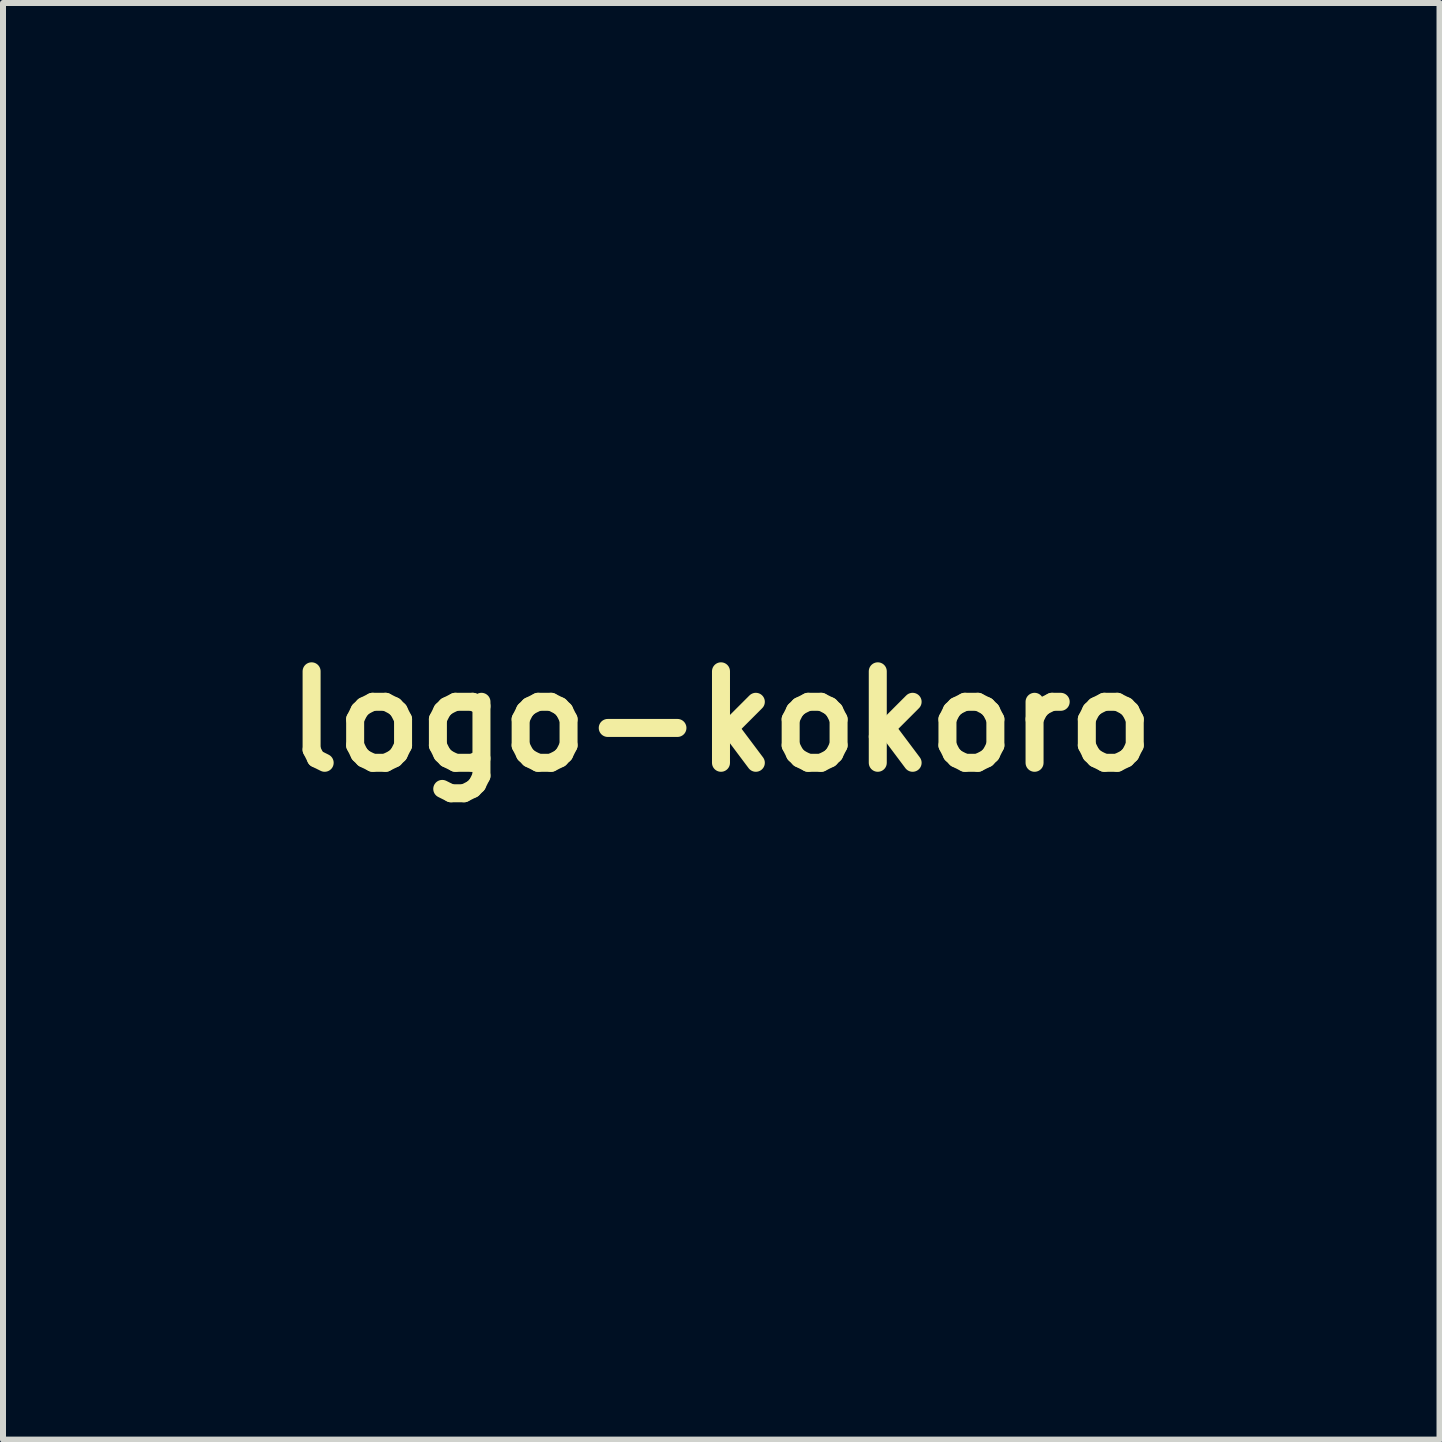
<source format=kicad_pcb>
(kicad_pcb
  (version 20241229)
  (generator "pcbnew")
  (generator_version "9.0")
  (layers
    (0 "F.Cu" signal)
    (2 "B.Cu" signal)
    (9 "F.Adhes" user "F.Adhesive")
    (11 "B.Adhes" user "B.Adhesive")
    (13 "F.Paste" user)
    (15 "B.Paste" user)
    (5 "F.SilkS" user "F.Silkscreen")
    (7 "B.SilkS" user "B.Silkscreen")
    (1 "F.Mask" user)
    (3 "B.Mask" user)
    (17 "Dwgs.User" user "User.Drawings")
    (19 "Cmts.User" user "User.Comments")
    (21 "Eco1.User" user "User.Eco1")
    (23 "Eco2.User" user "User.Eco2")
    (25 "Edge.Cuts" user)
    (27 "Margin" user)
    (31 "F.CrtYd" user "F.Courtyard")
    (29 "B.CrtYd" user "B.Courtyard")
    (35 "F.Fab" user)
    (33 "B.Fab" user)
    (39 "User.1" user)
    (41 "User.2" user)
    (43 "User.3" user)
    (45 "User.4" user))
  (footprint "logo-kokoro"
    (layer "F.Cu")
    (at 8.964 8.971)
    (property "Reference" "logo-kokoro" (at 0 0 0) (layer "F.SilkS") (effects (font (size 1.524 1.524) (thickness 0.3))))
    (attr through_hole)
    (fp_poly (pts (xy -4.13 2.103) (xy -4.088 2.151) (xy -4.038 2.216) (xy -3.984 2.295) (xy -3.929 2.383) (xy -3.878 2.475) (xy -3.852 2.524) (xy -3.775 2.7) (xy -3.705 2.903) (xy -3.645 3.126) (xy -3.614 3.273) (xy -3.598 3.354) (xy -3.587 3.424) (xy -3.578 3.489) (xy -3.573 3.557) (xy -3.57 3.636) (xy -3.569 3.732) (xy -3.569 3.852) (xy -3.57 3.911) (xy -3.572 4.034) (xy -3.575 4.153) (xy -3.579 4.26) (xy -3.584 4.349) (xy -3.59 4.413) (xy -3.592 4.428) (xy -3.609 4.503) (xy -3.635 4.587) (xy -3.667 4.669) (xy -3.701 4.74) (xy -3.734 4.791) (xy -3.747 4.806) (xy -3.774 4.817) (xy -3.825 4.832) (xy -3.89 4.846) (xy -3.959 4.859) (xy -4.021 4.867) (xy -4.061 4.87) (xy -4.083 4.863) (xy -4.126 4.844) (xy -4.166 4.824) (xy -4.246 4.776) (xy -4.318 4.712) (xy -4.384 4.629) (xy -4.448 4.522) (xy -4.513 4.388) (xy -4.539 4.328) (xy -4.579 4.233) (xy -4.619 4.142) (xy -4.653 4.064) (xy -4.68 4.007) (xy -4.688 3.99) (xy -4.708 3.945) (xy -4.721 3.899) (xy -4.727 3.844) (xy -4.729 3.767) (xy -4.729 3.736) (xy -4.719 3.515) (xy -4.69 3.284) (xy -4.645 3.054) (xy -4.586 2.839) (xy -4.562 2.768) (xy -4.485 2.577) (xy -4.391 2.394) (xy -4.275 2.208) (xy -4.182 2.077) (xy -4.163 2.077) (xy -4.13 2.103)) (stroke (width 0.01) (type solid)) (fill no) (layer "Eco2.User"))
    (fp_poly (pts (xy 3.155 0.428) (xy 3.389 0.472) (xy 3.623 0.55) (xy 3.725 0.595) (xy 3.764 0.615) (xy 3.826 0.65) (xy 3.907 0.697) (xy 4.001 0.752) (xy 4.106 0.815) (xy 4.215 0.88) (xy 4.324 0.946) (xy 4.429 1.011) (xy 4.525 1.07) (xy 4.608 1.122) (xy 4.673 1.164) (xy 4.715 1.192) (xy 4.729 1.202) (xy 4.729 1.221) (xy 4.722 1.268) (xy 4.712 1.335) (xy 4.697 1.415) (xy 4.696 1.417) (xy 4.656 1.625) (xy 4.219 1.74) (xy 4.085 1.709) (xy 4.029 1.694) (xy 3.947 1.669) (xy 3.846 1.637) (xy 3.731 1.6) (xy 3.611 1.56) (xy 3.547 1.538) (xy 3.341 1.467) (xy 3.163 1.407) (xy 3.012 1.357) (xy 2.883 1.316) (xy 2.772 1.283) (xy 2.675 1.258) (xy 2.59 1.239) (xy 2.513 1.225) (xy 2.439 1.217) (xy 2.366 1.212) (xy 2.289 1.209) (xy 2.222 1.209) (xy 1.997 1.221) (xy 1.796 1.255) (xy 1.618 1.311) (xy 1.467 1.389) (xy 1.341 1.488) (xy 1.243 1.608) (xy 1.222 1.643) (xy 1.186 1.697) (xy 1.152 1.735) (xy 1.131 1.749) (xy 1.1 1.76) (xy 1.047 1.784) (xy 0.98 1.815) (xy 0.944 1.834) (xy 0.778 1.935) (xy 0.624 2.066) (xy 0.485 2.222) (xy 0.363 2.399) (xy 0.261 2.591) (xy 0.184 2.796) (xy 0.132 3.007) (xy 0.121 3.085) (xy 0.1 3.251) (xy -0.036 3.324) (xy -0.098 3.357) (xy -0.15 3.382) (xy -0.181 3.396) (xy -0.187 3.397) (xy -0.209 3.391) (xy -0.256 3.376) (xy -0.317 3.355) (xy -0.333 3.349) (xy -0.403 3.322) (xy -0.449 3.297) (xy -0.483 3.268) (xy -0.515 3.225) (xy -0.519 3.22) (xy -0.546 3.17) (xy -0.579 3.097) (xy -0.612 3.011) (xy -0.64 2.931) (xy -0.679 2.812) (xy -0.711 2.721) (xy -0.739 2.652) (xy -0.766 2.598) (xy -0.795 2.553) (xy -0.828 2.512) (xy -0.842 2.497) (xy -0.915 2.418) (xy -0.886 2.091) (xy -0.877 1.988) (xy -0.869 1.897) (xy -0.861 1.825) (xy -0.856 1.777) (xy -0.852 1.757) (xy -0.852 1.757) (xy -0.837 1.765) (xy -0.798 1.79) (xy -0.739 1.83) (xy -0.667 1.88) (xy -0.592 1.934) (xy -0.337 2.116) (xy -0.217 2.011) (xy -0.115 1.927) (xy -0.002 1.845) (xy 0.125 1.76) (xy 0.271 1.671) (xy 0.439 1.576) (xy 0.633 1.471) (xy 0.752 1.41) (xy 0.899 1.332) (xy 1.062 1.245) (xy 1.23 1.154) (xy 1.393 1.063) (xy 1.543 0.979) (xy 1.647 0.919) (xy 1.765 0.85) (xy 1.883 0.783) (xy 1.993 0.721) (xy 2.091 0.667) (xy 2.17 0.625) (xy 2.216 0.602) (xy 2.454 0.507) (xy 2.689 0.446) (xy 2.922 0.419) (xy 3.155 0.428)) (stroke (width 0.01) (type solid)) (fill no) (layer "Eco2.User"))
    (fp_poly (pts (xy -2.932 1.403) (xy -2.884 1.433) (xy -2.826 1.473) (xy -2.766 1.519) (xy -2.707 1.568) (xy -2.67 1.603) (xy -2.61 1.666) (xy -2.551 1.735) (xy -2.493 1.813) (xy -2.433 1.902) (xy -2.368 2.008) (xy -2.297 2.134) (xy -2.217 2.282) (xy -2.127 2.456) (xy -2.07 2.569) (xy -2.003 2.7) (xy -1.938 2.826) (xy -1.877 2.942) (xy -1.823 3.044) (xy -1.777 3.127) (xy -1.744 3.185) (xy -1.731 3.206) (xy -1.676 3.281) (xy -1.6 3.37) (xy -1.51 3.466) (xy -1.415 3.56) (xy -1.321 3.645) (xy -1.236 3.715) (xy -1.191 3.747) (xy -0.988 3.865) (xy -0.768 3.969) (xy -0.526 4.057) (xy -0.26 4.131) (xy 0.032 4.192) (xy 0.335 4.238) (xy 0.503 4.26) (xy 0.642 4.276) (xy 0.761 4.287) (xy 0.865 4.293) (xy 0.961 4.293) (xy 1.055 4.288) (xy 1.156 4.278) (xy 1.268 4.262) (xy 1.399 4.241) (xy 1.426 4.237) (xy 1.58 4.21) (xy 1.705 4.186) (xy 1.805 4.162) (xy 1.884 4.138) (xy 1.949 4.112) (xy 2.004 4.081) (xy 2.053 4.045) (xy 2.09 4.013) (xy 2.144 3.953) (xy 2.196 3.883) (xy 2.218 3.846) (xy 2.268 3.751) (xy 2.191 3.561) (xy 2.124 3.398) (xy 2.053 3.234) (xy 1.982 3.073) (xy 1.912 2.92) (xy 1.847 2.781) (xy 1.787 2.66) (xy 1.736 2.562) (xy 1.698 2.497) (xy 1.652 2.422) (xy 1.596 2.327) (xy 1.535 2.223) (xy 1.478 2.121) (xy 1.464 2.096) (xy 1.413 2.004) (xy 1.378 1.938) (xy 1.357 1.893) (xy 1.346 1.862) (xy 1.346 1.842) (xy 1.353 1.828) (xy 1.359 1.82) (xy 1.377 1.803) (xy 1.394 1.801) (xy 1.419 1.816) (xy 1.461 1.853) (xy 1.465 1.857) (xy 1.571 1.942) (xy 1.71 2.034) (xy 1.884 2.132) (xy 2.092 2.237) (xy 2.334 2.348) (xy 2.397 2.376) (xy 2.638 2.488) (xy 2.844 2.602) (xy 3.018 2.718) (xy 3.161 2.836) (xy 3.274 2.959) (xy 3.313 3.012) (xy 3.368 3.079) (xy 3.422 3.116) (xy 3.428 3.119) (xy 3.493 3.156) (xy 3.555 3.219) (xy 3.606 3.298) (xy 3.633 3.367) (xy 3.644 3.421) (xy 3.657 3.5) (xy 3.669 3.592) (xy 3.679 3.681) (xy 3.699 3.902) (xy 3.645 4.033) (xy 3.54 4.239) (xy 3.404 4.432) (xy 3.238 4.611) (xy 3.044 4.775) (xy 2.823 4.922) (xy 2.576 5.05) (xy 2.307 5.16) (xy 2.216 5.19) (xy 2.081 5.232) (xy 1.959 5.265) (xy 1.843 5.29) (xy 1.726 5.308) (xy 1.599 5.321) (xy 1.456 5.329) (xy 1.289 5.334) (xy 1.2 5.336) (xy 0.991 5.336) (xy 0.815 5.333) (xy 0.673 5.327) (xy 0.578 5.318) (xy 0.214 5.258) (xy -0.14 5.172) (xy -0.479 5.062) (xy -0.802 4.93) (xy -1.105 4.775) (xy -1.384 4.601) (xy -1.637 4.408) (xy -1.71 4.343) (xy -1.926 4.127) (xy -2.118 3.889) (xy -2.283 3.636) (xy -2.419 3.37) (xy -2.516 3.121) (xy -2.535 3.058) (xy -2.561 2.971) (xy -2.592 2.863) (xy -2.627 2.738) (xy -2.665 2.6) (xy -2.705 2.454) (xy -2.746 2.302) (xy -2.787 2.15) (xy -2.826 2.002) (xy -2.863 1.86) (xy -2.897 1.73) (xy -2.926 1.615) (xy -2.95 1.52) (xy -2.967 1.448) (xy -2.976 1.404) (xy -2.978 1.392) (xy -2.966 1.388) (xy -2.932 1.403)) (stroke (width 0.01) (type solid)) (fill no) (layer "Eco2.User"))
    (fp_poly (pts (xy -1.391 -5.33) (xy -1.323 -5.321) (xy -1.229 -5.309) (xy -1.118 -5.295) (xy -0.998 -5.279) (xy -0.885 -5.265) (xy -0.667 -5.232) (xy -0.48 -5.195) (xy -0.321 -5.151) (xy -0.185 -5.099) (xy -0.07 -5.038) (xy 0.029 -4.965) (xy 0.115 -4.879) (xy 0.158 -4.827) (xy 0.225 -4.74) (xy 0.166 -4.624) (xy 0.086 -4.442) (xy 0.014 -4.231) (xy -0.048 -3.995) (xy -0.1 -3.74) (xy -0.114 -3.661) (xy -0.129 -3.561) (xy -0.138 -3.49) (xy -0.14 -3.443) (xy -0.133 -3.416) (xy -0.119 -3.403) (xy -0.095 -3.399) (xy -0.082 -3.398) (xy -0.023 -3.404) (xy 0.048 -3.421) (xy 0.136 -3.452) (xy 0.243 -3.497) (xy 0.375 -3.559) (xy 0.421 -3.582) (xy 0.569 -3.651) (xy 0.694 -3.703) (xy 0.795 -3.736) (xy 0.815 -3.741) (xy 0.874 -3.753) (xy 0.923 -3.76) (xy 0.973 -3.762) (xy 1.032 -3.758) (xy 1.111 -3.75) (xy 1.171 -3.743) (xy 1.284 -3.729) (xy 1.412 -3.715) (xy 1.537 -3.702) (xy 1.61 -3.695) (xy 1.835 -3.667) (xy 2.031 -3.625) (xy 2.202 -3.567) (xy 2.352 -3.492) (xy 2.483 -3.398) (xy 2.558 -3.329) (xy 2.617 -3.266) (xy 2.671 -3.204) (xy 2.712 -3.151) (xy 2.727 -3.127) (xy 2.764 -3.057) (xy 2.709 -2.943) (xy 2.654 -2.83) (xy 2.503 -2.809) (xy 2.366 -2.787) (xy 2.232 -2.763) (xy 2.098 -2.733) (xy 1.96 -2.697) (xy 1.813 -2.653) (xy 1.654 -2.601) (xy 1.477 -2.539) (xy 1.279 -2.465) (xy 1.055 -2.378) (xy 0.946 -2.335) (xy 0.786 -2.271) (xy 0.624 -2.201) (xy 0.464 -2.13) (xy 0.311 -2.06) (xy 0.172 -1.992) (xy 0.052 -1.931) (xy -0.044 -1.878) (xy -0.087 -1.852) (xy -0.182 -1.79) (xy -0.362 -1.276) (xy -0.406 -1.149) (xy -0.447 -1.033) (xy -0.482 -0.931) (xy -0.51 -0.849) (xy -0.531 -0.789) (xy -0.541 -0.757) (xy -0.543 -0.752) (xy -0.526 -0.732) (xy -0.477 -0.709) (xy -0.395 -0.681) (xy -0.283 -0.651) (xy -0.142 -0.618) (xy 0.027 -0.582) (xy 0.139 -0.56) (xy 0.295 -0.528) (xy 0.422 -0.495) (xy 0.525 -0.459) (xy 0.609 -0.418) (xy 0.681 -0.37) (xy 0.725 -0.333) (xy 0.777 -0.276) (xy 0.825 -0.206) (xy 0.864 -0.134) (xy 0.888 -0.07) (xy 0.893 -0.038) (xy 0.88 -0.011) (xy 0.84 0.029) (xy 0.77 0.084) (xy 0.719 0.121) (xy 0.65 0.17) (xy 0.59 0.211) (xy 0.545 0.241) (xy 0.522 0.254) (xy 0.522 0.254) (xy 0.502 0.259) (xy 0.449 0.269) (xy 0.368 0.285) (xy 0.26 0.306) (xy 0.127 0.332) (xy -0.027 0.362) (xy -0.2 0.395) (xy -0.39 0.432) (xy -0.594 0.471) (xy -0.81 0.512) (xy -0.972 0.543) (xy -1.195 0.585) (xy -1.409 0.626) (xy -1.611 0.664) (xy -1.798 0.7) (xy -1.969 0.733) (xy -2.119 0.762) (xy -2.248 0.786) (xy -2.352 0.806) (xy -2.428 0.821) (xy -2.475 0.83) (xy -2.488 0.832) (xy -2.528 0.831) (xy -2.567 0.804) (xy -2.578 0.793) (xy -2.648 0.699) (xy -2.691 0.59) (xy -2.711 0.459) (xy -2.712 0.455) (xy -2.719 0.32) (xy -2.552 0.187) (xy -2.271 -0.045) (xy -2.024 -0.268) (xy -1.811 -0.483) (xy -1.629 -0.689) (xy -1.481 -0.888) (xy -1.364 -1.079) (xy -1.295 -1.224) (xy -1.24 -1.355) (xy -1.289 -1.457) (xy -1.321 -1.517) (xy -1.346 -1.547) (xy -1.365 -1.551) (xy -1.388 -1.544) (xy -1.441 -1.53) (xy -1.519 -1.509) (xy -1.62 -1.482) (xy -1.739 -1.45) (xy -1.872 -1.415) (xy -2.015 -1.377) (xy -2.023 -1.375) (xy -2.19 -1.33) (xy -2.327 -1.295) (xy -2.437 -1.267) (xy -2.524 -1.246) (xy -2.592 -1.231) (xy -2.645 -1.222) (xy -2.685 -1.217) (xy -2.716 -1.216) (xy -2.741 -1.218) (xy -2.874 -1.236) (xy -3.013 -1.255) (xy -3.153 -1.274) (xy -3.29 -1.294) (xy -3.418 -1.313) (xy -3.533 -1.33) (xy -3.63 -1.345) (xy -3.703 -1.357) (xy -3.747 -1.365) (xy -3.754 -1.367) (xy -3.939 -1.427) (xy -4.116 -1.508) (xy -4.278 -1.605) (xy -4.418 -1.714) (xy -4.481 -1.776) (xy -4.539 -1.847) (xy -4.576 -1.911) (xy -4.59 -1.961) (xy -4.573 -1.965) (xy -4.526 -1.97) (xy -4.455 -1.975) (xy -4.363 -1.979) (xy -4.256 -1.983) (xy -4.209 -1.985) (xy -4.061 -1.989) (xy -3.935 -1.996) (xy -3.824 -2.006) (xy -3.719 -2.02) (xy -3.613 -2.041) (xy -3.496 -2.068) (xy -3.362 -2.104) (xy -3.217 -2.146) (xy -3.007 -2.21) (xy -2.777 -2.287) (xy -2.523 -2.377) (xy -2.246 -2.482) (xy -1.942 -2.601) (xy -1.61 -2.735) (xy -1.458 -2.798) (xy -1.139 -2.93) (xy -1.14 -3.002) (xy -1.14 -3.037) (xy -1.142 -3.102) (xy -1.145 -3.192) (xy -1.149 -3.303) (xy -1.154 -3.431) (xy -1.159 -3.57) (xy -1.163 -3.663) (xy -1.169 -3.823) (xy -1.174 -3.951) (xy -1.179 -4.052) (xy -1.183 -4.13) (xy -1.188 -4.187) (xy -1.194 -4.228) (xy -1.2 -4.257) (xy -1.208 -4.277) (xy -1.217 -4.293) (xy -1.222 -4.299) (xy -1.294 -4.373) (xy -1.372 -4.415) (xy -1.429 -4.428) (xy -1.485 -4.429) (xy -1.531 -4.416) (xy -1.581 -4.387) (xy -1.655 -4.338) (xy -1.827 -4.398) (xy -1.9 -4.423) (xy -1.961 -4.445) (xy -2.002 -4.461) (xy -2.014 -4.467) (xy -2.021 -4.489) (xy -2.017 -4.537) (xy -2.004 -4.602) (xy -1.984 -4.675) (xy -1.96 -4.751) (xy -1.933 -4.819) (xy -1.929 -4.828) (xy -1.831 -5.002) (xy -1.704 -5.175) (xy -1.642 -5.246) (xy -1.547 -5.351) (xy -1.391 -5.33)) (stroke (width 0.01) (type solid)) (fill no) (layer "Eco2.User"))
    (fp_poly (pts (xy 0.144 -8.964) (xy 0.345 -8.959) (xy 0.539 -8.952) (xy 0.717 -8.942) (xy 0.871 -8.93) (xy 0.911 -8.926) (xy 1.466 -8.85) (xy 2.004 -8.744) (xy 2.528 -8.607) (xy 3.04 -8.439) (xy 3.544 -8.238) (xy 4.011 -8.02) (xy 4.506 -7.754) (xy 4.979 -7.459) (xy 5.432 -7.137) (xy 5.862 -6.789) (xy 6.269 -6.416) (xy 6.652 -6.018) (xy 7.01 -5.596) (xy 7.342 -5.152) (xy 7.647 -4.686) (xy 7.924 -4.199) (xy 8.077 -3.898) (xy 8.299 -3.399) (xy 8.491 -2.889) (xy 8.651 -2.37) (xy 8.778 -1.845) (xy 8.872 -1.317) (xy 8.907 -1.042) (xy 8.918 -0.943) (xy 8.93 -0.848) (xy 8.941 -0.765) (xy 8.95 -0.706) (xy 8.952 -0.7) (xy 8.956 -0.654) (xy 8.96 -0.579) (xy 8.963 -0.48) (xy 8.966 -0.361) (xy 8.967 -0.228) (xy 8.968 -0.087) (xy 8.968 0.057) (xy 8.968 0.199) (xy 8.966 0.334) (xy 8.964 0.456) (xy 8.961 0.56) (xy 8.957 0.641) (xy 8.953 0.693) (xy 8.952 0.7) (xy 8.943 0.754) (xy 8.932 0.833) (xy 8.92 0.927) (xy 8.909 1.026) (xy 8.907 1.042) (xy 8.845 1.482) (xy 8.758 1.932) (xy 8.647 2.381) (xy 8.515 2.818) (xy 8.436 3.046) (xy 8.229 3.566) (xy 7.991 4.069) (xy 7.726 4.553) (xy 7.433 5.017) (xy 7.113 5.461) (xy 6.769 5.883) (xy 6.4 6.282) (xy 6.009 6.658) (xy 5.595 7.01) (xy 5.161 7.335) (xy 4.708 7.635) (xy 4.235 7.907) (xy 3.746 8.15) (xy 3.24 8.364) (xy 2.718 8.548) (xy 2.183 8.701) (xy 1.944 8.757) (xy 1.729 8.802) (xy 1.491 8.844) (xy 1.245 8.883) (xy 1.003 8.915) (xy 0.911 8.926) (xy 0.811 8.935) (xy 0.683 8.942) (xy 0.534 8.949) (xy 0.369 8.954) (xy 0.195 8.958) (xy 0.02 8.961) (xy -0.151 8.962) (xy -0.312 8.961) (xy -0.455 8.959) (xy -0.574 8.955) (xy -0.639 8.951) (xy -1.207 8.888) (xy -1.764 8.793) (xy -2.31 8.665) (xy -2.843 8.505) (xy -3.364 8.313) (xy -3.87 8.091) (xy -4.36 7.838) (xy -4.834 7.555) (xy -5.291 7.242) (xy -5.729 6.901) (xy -6.147 6.53) (xy -6.341 6.341) (xy -6.721 5.937) (xy -7.075 5.51) (xy -7.402 5.063) (xy -7.7 4.598) (xy -7.969 4.115) (xy -8.208 3.617) (xy -8.415 3.106) (xy -8.589 2.584) (xy -8.628 2.452) (xy -8.741 2.012) (xy -8.832 1.565) (xy -8.903 1.101) (xy -8.928 0.893) (xy -8.938 0.8) (xy -8.945 0.7) (xy -8.951 0.59) (xy -8.955 0.463) (xy -8.957 0.316) (xy -8.959 0.142) (xy -8.959 0) (xy -7.678 0) (xy -7.667 0.436) (xy -7.636 0.851) (xy -7.581 1.257) (xy -7.502 1.66) (xy -7.398 2.071) (xy -7.381 2.128) (xy -7.223 2.615) (xy -7.034 3.088) (xy -6.815 3.545) (xy -6.567 3.984) (xy -6.292 4.405) (xy -5.991 4.807) (xy -5.664 5.188) (xy -5.314 5.546) (xy -4.941 5.882) (xy -4.547 6.192) (xy -4.133 6.476) (xy -3.7 6.734) (xy -3.249 6.962) (xy -2.782 7.161) (xy -2.496 7.264) (xy -1.992 7.418) (xy -1.488 7.537) (xy -0.983 7.621) (xy -0.477 7.67) (xy 0.03 7.684) (xy 0.403 7.672) (xy 0.923 7.626) (xy 1.434 7.546) (xy 1.936 7.433) (xy 2.425 7.288) (xy 2.903 7.112) (xy 3.366 6.906) (xy 3.814 6.67) (xy 4.245 6.404) (xy 4.658 6.11) (xy 5.052 5.789) (xy 5.425 5.44) (xy 5.777 5.064) (xy 6.105 4.663) (xy 6.108 4.66) (xy 6.406 4.24) (xy 6.674 3.805) (xy 6.912 3.354) (xy 7.118 2.891) (xy 7.293 2.416) (xy 7.436 1.931) (xy 7.546 1.438) (xy 7.624 0.938) (xy 7.67 0.434) (xy 7.682 -0.074) (xy 7.66 -0.583) (xy 7.604 -1.092) (xy 7.514 -1.599) (xy 7.504 -1.647) (xy 7.377 -2.145) (xy 7.218 -2.63) (xy 7.029 -3.102) (xy 6.809 -3.558) (xy 6.56 -3.998) (xy 6.283 -4.42) (xy 5.98 -4.822) (xy 5.651 -5.204) (xy 5.297 -5.564) (xy 4.92 -5.9) (xy 4.52 -6.212) (xy 4.098 -6.498) (xy 3.657 -6.756) (xy 3.39 -6.893) (xy 2.914 -7.107) (xy 2.43 -7.288) (xy 1.937 -7.435) (xy 1.437 -7.548) (xy 0.932 -7.627) (xy 0.423 -7.672) (xy -0.09 -7.683) (xy -0.603 -7.659) (xy -1.117 -7.6) (xy -1.16 -7.594) (xy -1.667 -7.498) (xy -2.162 -7.37) (xy -2.644 -7.212) (xy -3.111 -7.023) (xy -3.563 -6.805) (xy -3.998 -6.559) (xy -4.415 -6.286) (xy -4.812 -5.988) (xy -5.189 -5.665) (xy -5.545 -5.317) (xy -5.877 -4.948) (xy -6.186 -4.556) (xy -6.469 -4.144) (xy -6.726 -3.713) (xy -6.955 -3.263) (xy -7.156 -2.796) (xy -7.326 -2.312) (xy -7.381 -2.128) (xy -7.489 -1.716) (xy -7.571 -1.312) (xy -7.629 -0.908) (xy -7.664 -0.494) (xy -7.678 -0.061) (xy -7.678 0) (xy -8.959 0) (xy -8.958 -0.214) (xy -8.956 -0.399) (xy -8.951 -0.564) (xy -8.943 -0.714) (xy -8.932 -0.857) (xy -8.917 -1) (xy -8.898 -1.15) (xy -8.874 -1.313) (xy -8.854 -1.436) (xy -8.748 -1.981) (xy -8.61 -2.514) (xy -8.44 -3.036) (xy -8.239 -3.543) (xy -8.009 -4.036) (xy -7.75 -4.513) (xy -7.463 -4.973) (xy -7.149 -5.414) (xy -6.81 -5.835) (xy -6.445 -6.236) (xy -6.057 -6.614) (xy -5.646 -6.969) (xy -5.213 -7.299) (xy -4.759 -7.603) (xy -4.284 -7.88) (xy -3.791 -8.128) (xy -3.565 -8.23) (xy -3.055 -8.432) (xy -2.541 -8.602) (xy -2.02 -8.739) (xy -1.488 -8.845) (xy -0.943 -8.92) (xy -0.569 -8.953) (xy -0.422 -8.96) (xy -0.248 -8.965) (xy -0.057 -8.966) (xy 0.144 -8.964)) (stroke (width 0.01) (type solid)) (fill no) (layer "Eco2.User")))
  (gr_rect
    (start -3 -3)
    (end 20.937 20.938)
    (stroke (width 0.1) (type default))
    (fill no)
    (layer "Edge.Cuts")))
</source>
